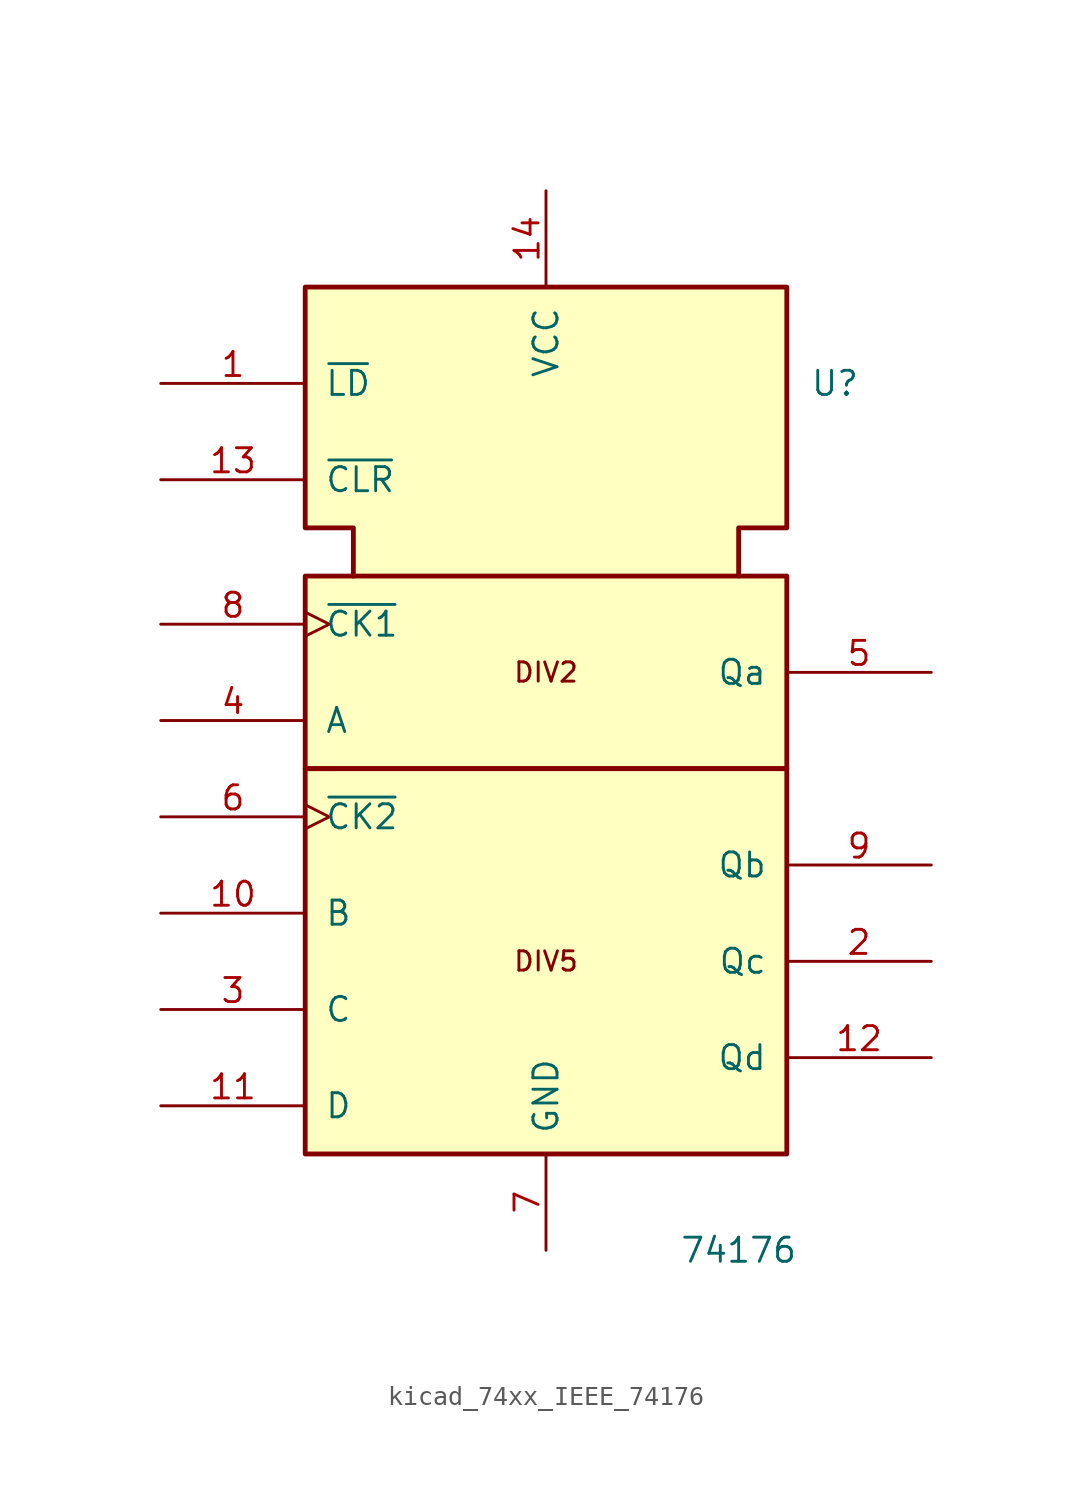
<source format=kicad_sym>
(kicad_symbol_lib
  (version 20220914)
  (generator kicad_symbol_editor)
  (symbol "kicad_74xx_IEEE_74176"
    (pin_names
      (offset 1.016))
    (property "Reference" "U"
      (at 15.24 12.7 0)
      (effects (font (size 1.27 1.27))))
    (property "Value" "74176"
      (at 10.16 -33.02 0)
      (effects (font (size 1.27 1.27))))
    (symbol "kicad_74xx_IEEE_74176_0_0"
      (polyline (pts (xy -10.16 2.54) (xy -10.16 5.08) (xy -12.7 5.08) (xy -12.7 17.78) (xy 12.7 17.78) (xy 12.7 5.08) (xy 10.16 5.08) (xy 10.16 2.54) (xy 10.16 2.54)) (stroke (width 0.254) (type default)) (fill (type background)))
      (text "DIV2" (at 0 -2.54 0) (effects (font (size 1.016 1.016))))
      (text "DIV5" (at 0 -17.78 0) (effects (font (size 1.016 1.016)))))
    (symbol "kicad_74xx_IEEE_74176_0_1"
      (rectangle (start -12.7 -7.62) (end 12.7 -27.94) (stroke (width 0.254) (type default)) (fill (type background)))
      (rectangle (start -12.7 2.54) (end 12.7 -7.62) (stroke (width 0.254) (type default)) (fill (type background)))
      (pin power_in line (at 0 22.86 270) (length 5.08) (name "VCC" (effects (font (size 1.27 1.27)))) (number "14" (effects (font (size 1.27 1.27)))))
      (pin power_in line (at 0 -33.02 90) (length 5.08) (name "GND" (effects (font (size 1.27 1.27)))) (number "7" (effects (font (size 1.27 1.27))))))
    (symbol "kicad_74xx_IEEE_74176_1_1"
      (pin input line (at -20.32 12.7 0) (length 7.62) (name "~{LD}" (effects (font (size 1.27 1.27)))) (number "1" (effects (font (size 1.27 1.27)))))
      (pin input line (at -20.32 -15.24 0) (length 7.62) (name "B" (effects (font (size 1.27 1.27)))) (number "10" (effects (font (size 1.27 1.27)))))
      (pin input line (at -20.32 -25.4 0) (length 7.62) (name "D" (effects (font (size 1.27 1.27)))) (number "11" (effects (font (size 1.27 1.27)))))
      (pin output line (at 20.32 -22.86 180) (length 7.62) (name "Qd" (effects (font (size 1.27 1.27)))) (number "12" (effects (font (size 1.27 1.27)))))
      (pin input line (at -20.32 7.62 0) (length 7.62) (name "~{CLR}" (effects (font (size 1.27 1.27)))) (number "13" (effects (font (size 1.27 1.27)))))
      (pin output line (at 20.32 -17.78 180) (length 7.62) (name "Qc" (effects (font (size 1.27 1.27)))) (number "2" (effects (font (size 1.27 1.27)))))
      (pin input line (at -20.32 -20.32 0) (length 7.62) (name "C" (effects (font (size 1.27 1.27)))) (number "3" (effects (font (size 1.27 1.27)))))
      (pin input line (at -20.32 -5.08 0) (length 7.62) (name "A" (effects (font (size 1.27 1.27)))) (number "4" (effects (font (size 1.27 1.27)))))
      (pin output line (at 20.32 -2.54 180) (length 7.62) (name "Qa" (effects (font (size 1.27 1.27)))) (number "5" (effects (font (size 1.27 1.27)))))
      (pin input clock (at -20.32 -10.16 0) (length 7.62) (name "~{CK2}" (effects (font (size 1.27 1.27)))) (number "6" (effects (font (size 1.27 1.27)))))
      (pin input clock (at -20.32 0 0) (length 7.62) (name "~{CK1}" (effects (font (size 1.27 1.27)))) (number "8" (effects (font (size 1.27 1.27)))))
      (pin output line (at 20.32 -12.7 180) (length 7.62) (name "Qb" (effects (font (size 1.27 1.27)))) (number "9" (effects (font (size 1.27 1.27))))))))
</source>
